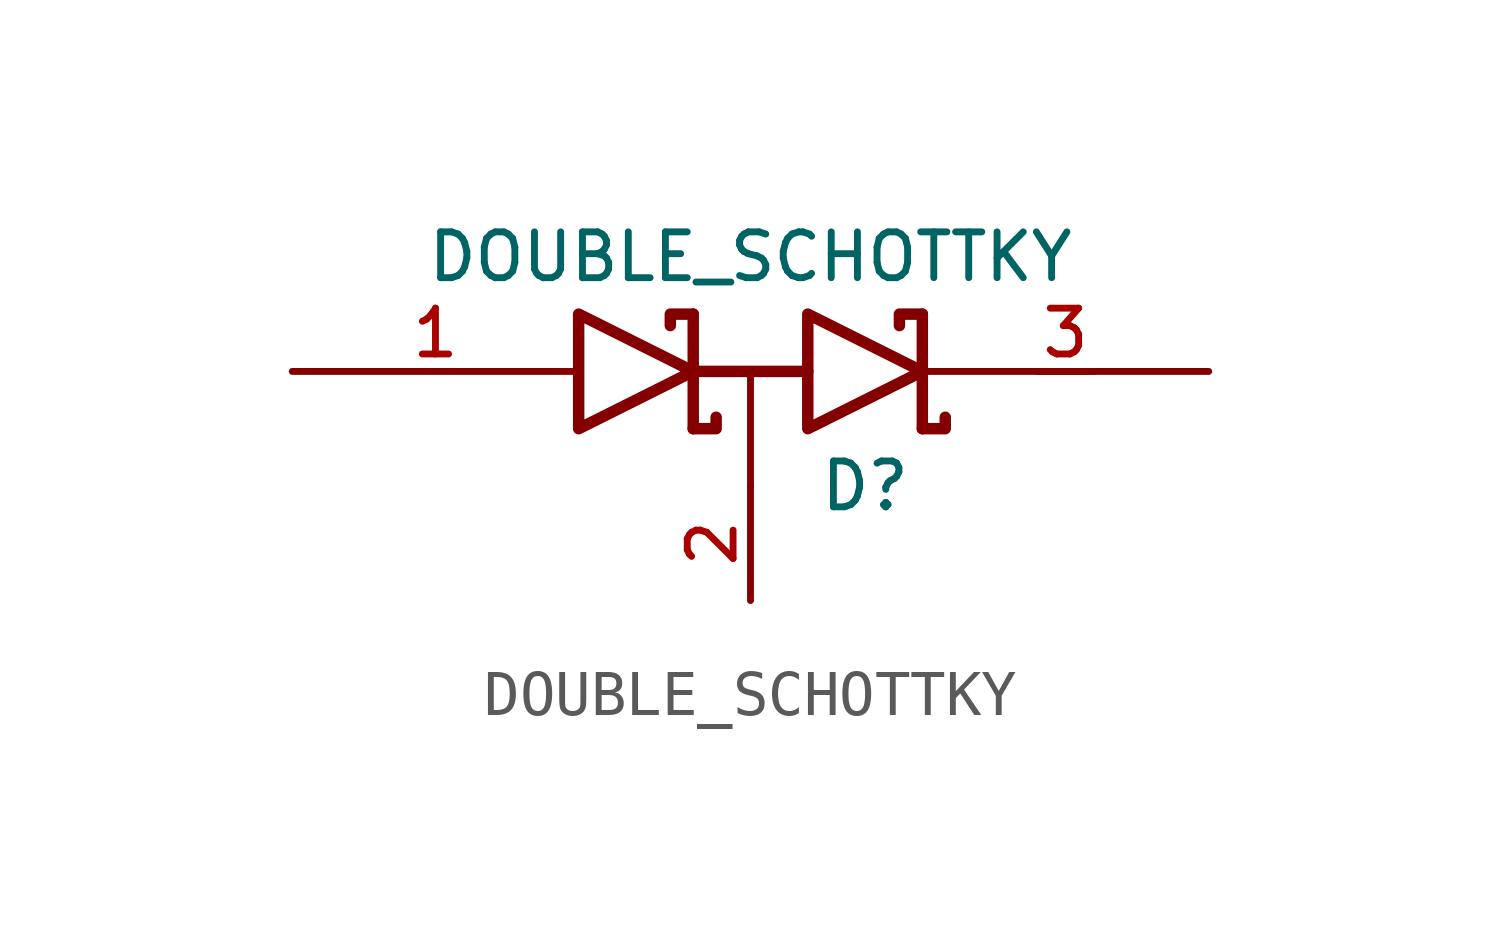
<source format=kicad_sym>
(kicad_symbol_lib
  (version 20220914)
  (generator kicad_symbol_editor)
  (symbol "DOUBLE_SCHOTTKY"
    (pin_names
      (offset 0.762) hide)
    (property "Reference" "D"
      (at 2.54 -2.54 0)
      (effects (font (size 1.016 1.016))))
    (property "Value" "DOUBLE_SCHOTTKY"
      (at 0 2.54 0)
      (effects (font (size 1.016 1.016))))
    (symbol "DOUBLE_SCHOTTKY_0_1"
      (polyline (pts (xy 0 0) (xy 0 -2.54)) (stroke (width 0) (type solid)) (fill (type none)))
      (polyline (pts (xy 6.35 0) (xy 7.62 0)) (stroke (width 0) (type solid)) (fill (type none)))
      (polyline (pts (xy -1.27 -1.27) (xy -1.27 1.27) (xy -1.27 1.27)) (stroke (width 0.254) (type solid)) (fill (type none)))
      (polyline (pts (xy -1.27 0) (xy 1.27 0) (xy 1.27 0)) (stroke (width 0.254) (type solid)) (fill (type none)))
      (polyline (pts (xy 3.81 1.27) (xy 3.81 -1.27) (xy 3.81 -1.27)) (stroke (width 0.254) (type solid)) (fill (type none)))
      (polyline (pts (xy -1.27 -1.27) (xy -0.762 -1.27) (xy -0.762 -1.016) (xy -0.762 -1.016)) (stroke (width 0.254) (type solid)) (fill (type none)))
      (polyline (pts (xy 3.81 -1.27) (xy 4.318 -1.27) (xy 4.318 -1.016) (xy 4.318 -1.016)) (stroke (width 0.254) (type solid)) (fill (type none)))
      (polyline (pts (xy 3.81 1.27) (xy 3.302 1.27) (xy 3.302 1.016) (xy 3.302 1.016)) (stroke (width 0.254) (type solid)) (fill (type none)))
      (polyline (pts (xy -1.778 1.016) (xy -1.778 1.27) (xy -1.27 1.27) (xy -1.27 1.27) (xy -1.27 1.27)) (stroke (width 0.254) (type solid)) (fill (type none)))
      (polyline (pts (xy -3.81 1.27) (xy -1.27 0) (xy -3.81 -1.27) (xy -3.81 1.27) (xy -3.81 1.27) (xy -3.81 1.27)) (stroke (width 0.254) (type solid)) (fill (type none)))
      (polyline (pts (xy 1.27 1.27) (xy 3.81 0) (xy 1.27 -1.27) (xy 1.27 1.27) (xy 1.27 1.27) (xy 1.27 1.27)) (stroke (width 0.254) (type solid)) (fill (type none)))
      (pin passive line (at -10.16 0 0) (length 6.35) (name "Anode" (effects (font (size 1.016 1.016)))) (number "1" (effects (font (size 1.016 1.016)))))
      (pin passive line (at 0 -5.08 90) (length 2.54) (name "AK" (effects (font (size 1.016 1.016)))) (number "2" (effects (font (size 1.016 1.016)))))
      (pin passive line (at 10.16 0 180) (length 6.35) (name "cathode" (effects (font (size 1.016 1.016)))) (number "3" (effects (font (size 1.016 1.016))))))))
</source>
